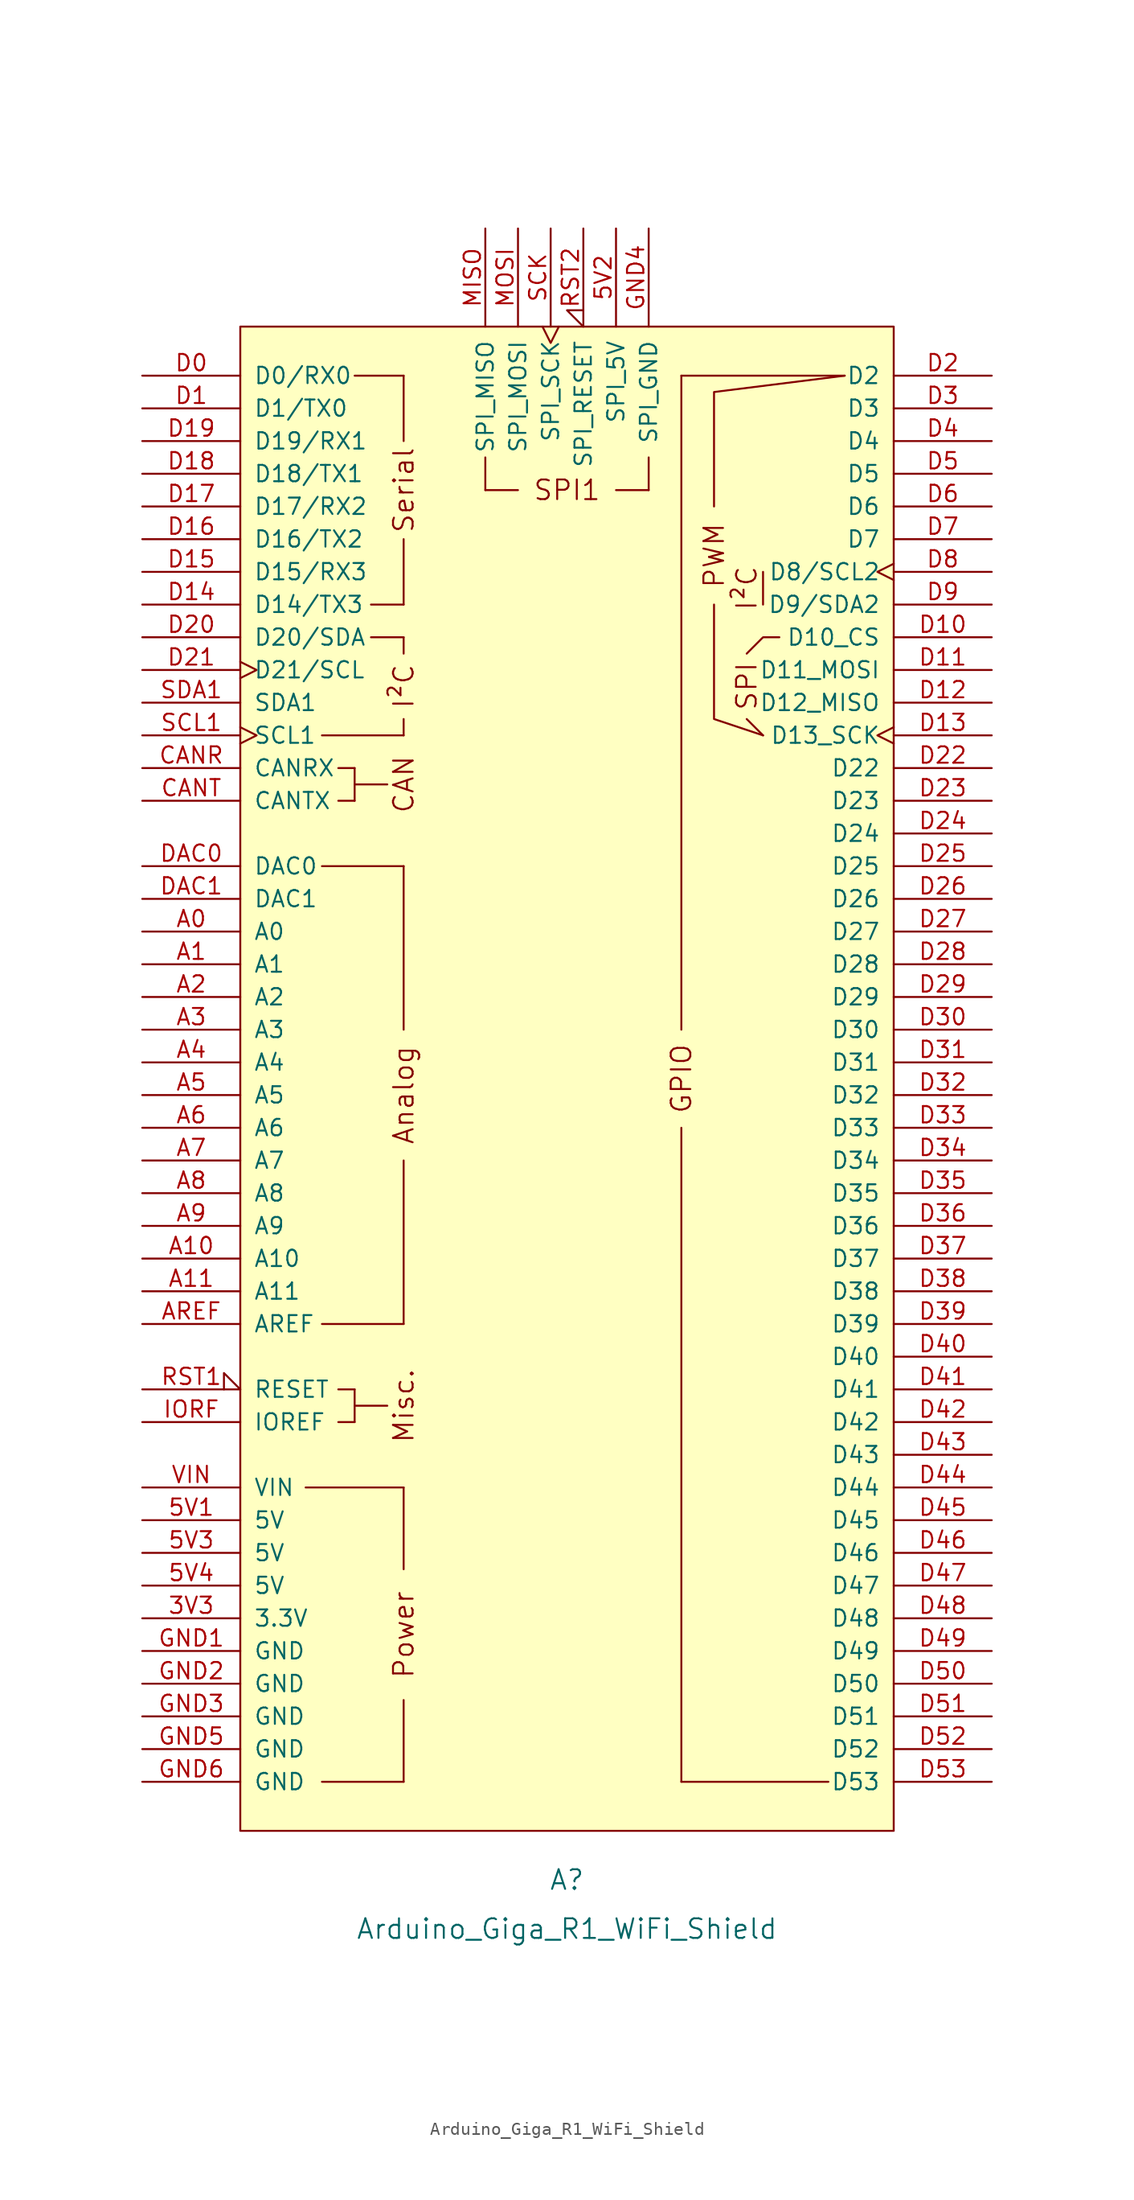
<source format=kicad_sym>
(kicad_symbol_lib
  (version 20220914)
  (generator kicad_symbol_editor)
  (symbol "Arduino_Giga_R1_WiFi_Shield"
    (pin_names
      (offset 1.016))
    (property "Reference" "A"
      (at 0 -62.23 0)
      (effects (font (size 1.524 1.524))))
    (property "Value" "Arduino_Giga_R1_WiFi_Shield"
      (at 0 -66.04 0)
      (effects (font (size 1.524 1.524))))
    (symbol "Arduino_Giga_R1_WiFi_Shield_0_0"
      (rectangle (start -25.4 -58.42) (end 25.4 58.42) (stroke (width 0) (type default)) (fill (type background)))
      (rectangle (start -20.32 -31.75) (end -12.7 -31.75) (stroke (width 0) (type default)) (fill (type none)))
      (rectangle (start -19.05 -54.61) (end -12.7 -54.61) (stroke (width 0) (type default)) (fill (type none)))
      (rectangle (start -19.05 -19.05) (end -12.7 -19.05) (stroke (width 0) (type default)) (fill (type none)))
      (rectangle (start -19.05 16.51) (end -12.7 16.51) (stroke (width 0) (type default)) (fill (type none)))
      (rectangle (start -19.05 26.67) (end -12.7 26.67) (stroke (width 0) (type default)) (fill (type none)))
      (rectangle (start -17.78 -26.67) (end -16.51 -26.67) (stroke (width 0) (type default)) (fill (type none)))
      (rectangle (start -17.78 -24.13) (end -16.51 -24.13) (stroke (width 0) (type default)) (fill (type none)))
      (rectangle (start -17.78 21.59) (end -16.51 21.59) (stroke (width 0) (type default)) (fill (type none)))
      (rectangle (start -17.78 24.13) (end -16.51 24.13) (stroke (width 0) (type default)) (fill (type none)))
      (rectangle (start -16.51 -25.4) (end -13.97 -25.4) (stroke (width 0) (type default)) (fill (type none)))
      (rectangle (start -16.51 -24.13) (end -16.51 -26.67) (stroke (width 0) (type default)) (fill (type none)))
      (rectangle (start -16.51 22.86) (end -13.97 22.86) (stroke (width 0) (type default)) (fill (type none)))
      (rectangle (start -16.51 24.13) (end -16.51 21.59) (stroke (width 0) (type default)) (fill (type none)))
      (rectangle (start -16.51 54.61) (end -12.7 54.61) (stroke (width 0) (type default)) (fill (type none)))
      (rectangle (start -15.24 34.29) (end -12.7 34.29) (stroke (width 0) (type default)) (fill (type none)))
      (rectangle (start -15.24 36.83) (end -12.7 36.83) (stroke (width 0) (type default)) (fill (type none)))
      (rectangle (start -12.7 -54.61) (end -12.7 -48.26) (stroke (width 0) (type default)) (fill (type none)))
      (rectangle (start -12.7 -31.75) (end -12.7 -38.1) (stroke (width 0) (type default)) (fill (type none)))
      (rectangle (start -12.7 -6.35) (end -12.7 -19.05) (stroke (width 0) (type default)) (fill (type none)))
      (rectangle (start -12.7 16.51) (end -12.7 3.81) (stroke (width 0) (type default)) (fill (type none)))
      (rectangle (start -12.7 26.67) (end -12.7 27.94) (stroke (width 0) (type default)) (fill (type none)))
      (rectangle (start -12.7 34.29) (end -12.7 33.02) (stroke (width 0) (type default)) (fill (type none)))
      (rectangle (start -12.7 41.91) (end -12.7 36.83) (stroke (width 0) (type default)) (fill (type none)))
      (rectangle (start -12.7 49.53) (end -12.7 54.61) (stroke (width 0) (type default)) (fill (type none)))
      (rectangle (start -6.35 45.72) (end -3.81 45.72) (stroke (width 0) (type default)) (fill (type none)))
      (rectangle (start -6.35 48.26) (end -6.35 45.72) (stroke (width 0) (type default)) (fill (type none)))
      (polyline (pts (xy 8.89 -54.61) (xy 20.32 -54.61)) (stroke (width 0) (type default)) (fill (type none)))
      (polyline (pts (xy 15.24 26.67) (xy 13.97 27.94)) (stroke (width 0) (type default)) (fill (type none)))
      (polyline (pts (xy 15.24 39.37) (xy 15.24 36.83)) (stroke (width 0) (type default)) (fill (type none)))
      (polyline (pts (xy 21.59 54.61) (xy 8.89 54.61)) (stroke (width 0) (type default)) (fill (type none)))
      (polyline (pts (xy 11.43 44.45) (xy 11.43 53.34) (xy 21.59 54.61)) (stroke (width 0) (type default)) (fill (type none)))
      (polyline (pts (xy 13.97 33.02) (xy 15.24 34.29) (xy 16.51 34.29)) (stroke (width 0) (type default)) (fill (type none)))
      (polyline (pts (xy 15.24 26.67) (xy 11.43 27.94) (xy 11.43 36.83)) (stroke (width 0) (type default)) (fill (type none)))
      (rectangle (start 3.81 45.72) (end 6.35 45.72) (stroke (width 0) (type default)) (fill (type none)))
      (rectangle (start 6.35 48.26) (end 6.35 45.72) (stroke (width 0) (type default)) (fill (type none)))
      (text "Analog" (at -12.7 -1.27 900) (effects (font (size 1.524 1.524))))
      (text "CAN" (at -12.7 22.86 900) (effects (font (size 1.524 1.524))))
      (text "I²C" (at -12.7 30.48 900) (effects (font (size 1.524 1.524))))
      (text "I²C" (at 13.97 38.1 900) (effects (font (size 1.524 1.524))))
      (text "Misc." (at -12.7 -25.4 900) (effects (font (size 1.524 1.524))))
      (text "Power" (at -12.7 -43.18 900) (effects (font (size 1.524 1.524))))
      (text "PWM" (at 11.43 40.64 900) (effects (font (size 1.524 1.524))))
      (text "Serial" (at -12.7 45.72 900) (effects (font (size 1.524 1.524))))
      (text "SPI" (at 13.97 30.48 900) (effects (font (size 1.524 1.524))))
      (text "SPI1" (at 0 45.72 0) (effects (font (size 1.524 1.524)))))
    (symbol "Arduino_Giga_R1_WiFi_Shield_1_0"
      (rectangle (start 8.89 -3.81) (end 8.89 -54.61) (stroke (width 0) (type default)) (fill (type none)))
      (rectangle (start 8.89 54.61) (end 8.89 3.81) (stroke (width 0) (type default)) (fill (type none)))
      (text "GPIO" (at 8.89 0 900) (effects (font (size 1.524 1.524)))))
    (symbol "Arduino_Giga_R1_WiFi_Shield_1_1"
      (pin power_out line (at -33.02 -41.91 0) (length 7.62) (name "3.3V" (effects (font (size 1.27 1.27)))) (number "3V3" (effects (font (size 1.27 1.27)))))
      (pin power_in line (at -33.02 -34.29 0) (length 7.62) (name "5V" (effects (font (size 1.27 1.27)))) (number "5V1" (effects (font (size 1.27 1.27)))))
      (pin power_in line (at 3.81 66.04 270) (length 7.62) (name "SPI_5V" (effects (font (size 1.27 1.27)))) (number "5V2" (effects (font (size 1.27 1.27)))))
      (pin power_in line (at -33.02 -36.83 0) (length 7.62) (name "5V" (effects (font (size 1.27 1.27)))) (number "5V3" (effects (font (size 1.27 1.27)))))
      (pin power_in line (at -33.02 -39.37 0) (length 7.62) (name "5V" (effects (font (size 1.27 1.27)))) (number "5V4" (effects (font (size 1.27 1.27)))))
      (pin bidirectional line (at -33.02 11.43 0) (length 7.62) (name "A0" (effects (font (size 1.27 1.27)))) (number "A0" (effects (font (size 1.27 1.27)))))
      (pin bidirectional line (at -33.02 8.89 0) (length 7.62) (name "A1" (effects (font (size 1.27 1.27)))) (number "A1" (effects (font (size 1.27 1.27)))))
      (pin input line (at -33.02 -13.97 0) (length 7.62) (name "A10" (effects (font (size 1.27 1.27)))) (number "A10" (effects (font (size 1.27 1.27)))))
      (pin input line (at -33.02 -16.51 0) (length 7.62) (name "A11" (effects (font (size 1.27 1.27)))) (number "A11" (effects (font (size 1.27 1.27)))))
      (pin bidirectional line (at -33.02 6.35 0) (length 7.62) (name "A2" (effects (font (size 1.27 1.27)))) (number "A2" (effects (font (size 1.27 1.27)))))
      (pin bidirectional line (at -33.02 3.81 0) (length 7.62) (name "A3" (effects (font (size 1.27 1.27)))) (number "A3" (effects (font (size 1.27 1.27)))))
      (pin bidirectional line (at -33.02 1.27 0) (length 7.62) (name "A4" (effects (font (size 1.27 1.27)))) (number "A4" (effects (font (size 1.27 1.27)))))
      (pin bidirectional line (at -33.02 -1.27 0) (length 7.62) (name "A5" (effects (font (size 1.27 1.27)))) (number "A5" (effects (font (size 1.27 1.27)))))
      (pin bidirectional line (at -33.02 -3.81 0) (length 7.62) (name "A6" (effects (font (size 1.27 1.27)))) (number "A6" (effects (font (size 1.27 1.27)))))
      (pin bidirectional line (at -33.02 -6.35 0) (length 7.62) (name "A7" (effects (font (size 1.27 1.27)))) (number "A7" (effects (font (size 1.27 1.27)))))
      (pin input line (at -33.02 -8.89 0) (length 7.62) (name "A8" (effects (font (size 1.27 1.27)))) (number "A8" (effects (font (size 1.27 1.27)))))
      (pin input line (at -33.02 -11.43 0) (length 7.62) (name "A9" (effects (font (size 1.27 1.27)))) (number "A9" (effects (font (size 1.27 1.27)))))
      (pin input line (at -33.02 -19.05 0) (length 7.62) (name "AREF" (effects (font (size 1.27 1.27)))) (number "AREF" (effects (font (size 1.27 1.27)))))
      (pin bidirectional line (at -33.02 24.13 0) (length 7.62) (name "CANRX" (effects (font (size 1.27 1.27)))) (number "CANR" (effects (font (size 1.27 1.27)))))
      (pin bidirectional line (at -33.02 21.59 0) (length 7.62) (name "CANTX" (effects (font (size 1.27 1.27)))) (number "CANT" (effects (font (size 1.27 1.27)))))
      (pin bidirectional line (at -33.02 54.61 0) (length 7.62) (name "D0/RX0" (effects (font (size 1.27 1.27)))) (number "D0" (effects (font (size 1.27 1.27)))))
      (pin bidirectional line (at -33.02 52.07 0) (length 7.62) (name "D1/TX0" (effects (font (size 1.27 1.27)))) (number "D1" (effects (font (size 1.27 1.27)))))
      (pin bidirectional line (at 33.02 34.29 180) (length 7.62) (name "D10_CS" (effects (font (size 1.27 1.27)))) (number "D10" (effects (font (size 1.27 1.27)))))
      (pin bidirectional line (at 33.02 31.75 180) (length 7.62) (name "D11_MOSI" (effects (font (size 1.27 1.27)))) (number "D11" (effects (font (size 1.27 1.27)))))
      (pin bidirectional line (at 33.02 29.21 180) (length 7.62) (name "D12_MISO" (effects (font (size 1.27 1.27)))) (number "D12" (effects (font (size 1.27 1.27)))))
      (pin bidirectional clock (at 33.02 26.67 180) (length 7.62) (name "D13_SCK" (effects (font (size 1.27 1.27)))) (number "D13" (effects (font (size 1.27 1.27)))))
      (pin bidirectional line (at -33.02 36.83 0) (length 7.62) (name "D14/TX3" (effects (font (size 1.27 1.27)))) (number "D14" (effects (font (size 1.27 1.27)))))
      (pin bidirectional line (at -33.02 39.37 0) (length 7.62) (name "D15/RX3" (effects (font (size 1.27 1.27)))) (number "D15" (effects (font (size 1.27 1.27)))))
      (pin bidirectional line (at -33.02 41.91 0) (length 7.62) (name "D16/TX2" (effects (font (size 1.27 1.27)))) (number "D16" (effects (font (size 1.27 1.27)))))
      (pin bidirectional line (at -33.02 44.45 0) (length 7.62) (name "D17/RX2" (effects (font (size 1.27 1.27)))) (number "D17" (effects (font (size 1.27 1.27)))))
      (pin bidirectional line (at -33.02 46.99 0) (length 7.62) (name "D18/TX1" (effects (font (size 1.27 1.27)))) (number "D18" (effects (font (size 1.27 1.27)))))
      (pin bidirectional line (at -33.02 49.53 0) (length 7.62) (name "D19/RX1" (effects (font (size 1.27 1.27)))) (number "D19" (effects (font (size 1.27 1.27)))))
      (pin bidirectional line (at 33.02 54.61 180) (length 7.62) (name "D2" (effects (font (size 1.27 1.27)))) (number "D2" (effects (font (size 1.27 1.27)))))
      (pin bidirectional line (at -33.02 34.29 0) (length 7.62) (name "D20/SDA" (effects (font (size 1.27 1.27)))) (number "D20" (effects (font (size 1.27 1.27)))))
      (pin bidirectional clock (at -33.02 31.75 0) (length 7.62) (name "D21/SCL" (effects (font (size 1.27 1.27)))) (number "D21" (effects (font (size 1.27 1.27)))))
      (pin bidirectional line (at 33.02 24.13 180) (length 7.62) (name "D22" (effects (font (size 1.27 1.27)))) (number "D22" (effects (font (size 1.27 1.27)))))
      (pin bidirectional line (at 33.02 21.59 180) (length 7.62) (name "D23" (effects (font (size 1.27 1.27)))) (number "D23" (effects (font (size 1.27 1.27)))))
      (pin bidirectional line (at 33.02 19.05 180) (length 7.62) (name "D24" (effects (font (size 1.27 1.27)))) (number "D24" (effects (font (size 1.27 1.27)))))
      (pin bidirectional line (at 33.02 16.51 180) (length 7.62) (name "D25" (effects (font (size 1.27 1.27)))) (number "D25" (effects (font (size 1.27 1.27)))))
      (pin bidirectional line (at 33.02 13.97 180) (length 7.62) (name "D26" (effects (font (size 1.27 1.27)))) (number "D26" (effects (font (size 1.27 1.27)))))
      (pin bidirectional line (at 33.02 11.43 180) (length 7.62) (name "D27" (effects (font (size 1.27 1.27)))) (number "D27" (effects (font (size 1.27 1.27)))))
      (pin bidirectional line (at 33.02 8.89 180) (length 7.62) (name "D28" (effects (font (size 1.27 1.27)))) (number "D28" (effects (font (size 1.27 1.27)))))
      (pin bidirectional line (at 33.02 6.35 180) (length 7.62) (name "D29" (effects (font (size 1.27 1.27)))) (number "D29" (effects (font (size 1.27 1.27)))))
      (pin bidirectional line (at 33.02 52.07 180) (length 7.62) (name "D3" (effects (font (size 1.27 1.27)))) (number "D3" (effects (font (size 1.27 1.27)))))
      (pin bidirectional line (at 33.02 3.81 180) (length 7.62) (name "D30" (effects (font (size 1.27 1.27)))) (number "D30" (effects (font (size 1.27 1.27)))))
      (pin bidirectional line (at 33.02 1.27 180) (length 7.62) (name "D31" (effects (font (size 1.27 1.27)))) (number "D31" (effects (font (size 1.27 1.27)))))
      (pin bidirectional line (at 33.02 -1.27 180) (length 7.62) (name "D32" (effects (font (size 1.27 1.27)))) (number "D32" (effects (font (size 1.27 1.27)))))
      (pin bidirectional line (at 33.02 -3.81 180) (length 7.62) (name "D33" (effects (font (size 1.27 1.27)))) (number "D33" (effects (font (size 1.27 1.27)))))
      (pin bidirectional line (at 33.02 -6.35 180) (length 7.62) (name "D34" (effects (font (size 1.27 1.27)))) (number "D34" (effects (font (size 1.27 1.27)))))
      (pin bidirectional line (at 33.02 -8.89 180) (length 7.62) (name "D35" (effects (font (size 1.27 1.27)))) (number "D35" (effects (font (size 1.27 1.27)))))
      (pin bidirectional line (at 33.02 -11.43 180) (length 7.62) (name "D36" (effects (font (size 1.27 1.27)))) (number "D36" (effects (font (size 1.27 1.27)))))
      (pin bidirectional line (at 33.02 -13.97 180) (length 7.62) (name "D37" (effects (font (size 1.27 1.27)))) (number "D37" (effects (font (size 1.27 1.27)))))
      (pin bidirectional line (at 33.02 -16.51 180) (length 7.62) (name "D38" (effects (font (size 1.27 1.27)))) (number "D38" (effects (font (size 1.27 1.27)))))
      (pin bidirectional line (at 33.02 -19.05 180) (length 7.62) (name "D39" (effects (font (size 1.27 1.27)))) (number "D39" (effects (font (size 1.27 1.27)))))
      (pin bidirectional line (at 33.02 49.53 180) (length 7.62) (name "D4" (effects (font (size 1.27 1.27)))) (number "D4" (effects (font (size 1.27 1.27)))))
      (pin bidirectional line (at 33.02 -21.59 180) (length 7.62) (name "D40" (effects (font (size 1.27 1.27)))) (number "D40" (effects (font (size 1.27 1.27)))))
      (pin bidirectional line (at 33.02 -24.13 180) (length 7.62) (name "D41" (effects (font (size 1.27 1.27)))) (number "D41" (effects (font (size 1.27 1.27)))))
      (pin bidirectional line (at 33.02 -26.67 180) (length 7.62) (name "D42" (effects (font (size 1.27 1.27)))) (number "D42" (effects (font (size 1.27 1.27)))))
      (pin bidirectional line (at 33.02 -29.21 180) (length 7.62) (name "D43" (effects (font (size 1.27 1.27)))) (number "D43" (effects (font (size 1.27 1.27)))))
      (pin bidirectional line (at 33.02 -31.75 180) (length 7.62) (name "D44" (effects (font (size 1.27 1.27)))) (number "D44" (effects (font (size 1.27 1.27)))))
      (pin bidirectional line (at 33.02 -34.29 180) (length 7.62) (name "D45" (effects (font (size 1.27 1.27)))) (number "D45" (effects (font (size 1.27 1.27)))))
      (pin bidirectional line (at 33.02 -36.83 180) (length 7.62) (name "D46" (effects (font (size 1.27 1.27)))) (number "D46" (effects (font (size 1.27 1.27)))))
      (pin bidirectional line (at 33.02 -39.37 180) (length 7.62) (name "D47" (effects (font (size 1.27 1.27)))) (number "D47" (effects (font (size 1.27 1.27)))))
      (pin bidirectional line (at 33.02 -41.91 180) (length 7.62) (name "D48" (effects (font (size 1.27 1.27)))) (number "D48" (effects (font (size 1.27 1.27)))))
      (pin bidirectional line (at 33.02 -44.45 180) (length 7.62) (name "D49" (effects (font (size 1.27 1.27)))) (number "D49" (effects (font (size 1.27 1.27)))))
      (pin bidirectional line (at 33.02 46.99 180) (length 7.62) (name "D5" (effects (font (size 1.27 1.27)))) (number "D5" (effects (font (size 1.27 1.27)))))
      (pin bidirectional line (at 33.02 -46.99 180) (length 7.62) (name "D50" (effects (font (size 1.27 1.27)))) (number "D50" (effects (font (size 1.27 1.27)))))
      (pin bidirectional line (at 33.02 -49.53 180) (length 7.62) (name "D51" (effects (font (size 1.27 1.27)))) (number "D51" (effects (font (size 1.27 1.27)))))
      (pin bidirectional line (at 33.02 -52.07 180) (length 7.62) (name "D52" (effects (font (size 1.27 1.27)))) (number "D52" (effects (font (size 1.27 1.27)))))
      (pin bidirectional line (at 33.02 -54.61 180) (length 7.62) (name "D53" (effects (font (size 1.27 1.27)))) (number "D53" (effects (font (size 1.27 1.27)))))
      (pin bidirectional line (at 33.02 44.45 180) (length 7.62) (name "D6" (effects (font (size 1.27 1.27)))) (number "D6" (effects (font (size 1.27 1.27)))))
      (pin bidirectional line (at 33.02 41.91 180) (length 7.62) (name "D7" (effects (font (size 1.27 1.27)))) (number "D7" (effects (font (size 1.27 1.27)))))
      (pin bidirectional clock (at 33.02 39.37 180) (length 7.62) (name "D8/SCL2" (effects (font (size 1.27 1.27)))) (number "D8" (effects (font (size 1.27 1.27)))))
      (pin bidirectional line (at 33.02 36.83 180) (length 7.62) (name "D9/SDA2" (effects (font (size 1.27 1.27)))) (number "D9" (effects (font (size 1.27 1.27)))))
      (pin bidirectional line (at -33.02 16.51 0) (length 7.62) (name "DAC0" (effects (font (size 1.27 1.27)))) (number "DAC0" (effects (font (size 1.27 1.27)))))
      (pin bidirectional line (at -33.02 13.97 0) (length 7.62) (name "DAC1" (effects (font (size 1.27 1.27)))) (number "DAC1" (effects (font (size 1.27 1.27)))))
      (pin power_in line (at -33.02 -44.45 0) (length 7.62) (name "GND" (effects (font (size 1.27 1.27)))) (number "GND1" (effects (font (size 1.27 1.27)))))
      (pin power_in line (at -33.02 -46.99 0) (length 7.62) (name "GND" (effects (font (size 1.27 1.27)))) (number "GND2" (effects (font (size 1.27 1.27)))))
      (pin power_in line (at -33.02 -49.53 0) (length 7.62) (name "GND" (effects (font (size 1.27 1.27)))) (number "GND3" (effects (font (size 1.27 1.27)))))
      (pin power_in line (at 6.35 66.04 270) (length 7.62) (name "SPI_GND" (effects (font (size 1.27 1.27)))) (number "GND4" (effects (font (size 1.27 1.27)))))
      (pin power_in line (at -33.02 -52.07 0) (length 7.62) (name "GND" (effects (font (size 1.27 1.27)))) (number "GND5" (effects (font (size 1.27 1.27)))))
      (pin power_in line (at -33.02 -54.61 0) (length 7.62) (name "GND" (effects (font (size 1.27 1.27)))) (number "GND6" (effects (font (size 1.27 1.27)))))
      (pin output line (at -33.02 -26.67 0) (length 7.62) (name "IOREF" (effects (font (size 1.27 1.27)))) (number "IORF" (effects (font (size 1.27 1.27)))))
      (pin input line (at -6.35 66.04 270) (length 7.62) (name "SPI_MISO" (effects (font (size 1.27 1.27)))) (number "MISO" (effects (font (size 1.27 1.27)))))
      (pin output line (at -3.81 66.04 270) (length 7.62) (name "SPI_MOSI" (effects (font (size 1.27 1.27)))) (number "MOSI" (effects (font (size 1.27 1.27)))))
      (pin open_collector input_low (at -33.02 -24.13 0) (length 7.62) (name "RESET" (effects (font (size 1.27 1.27)))) (number "RST1" (effects (font (size 1.27 1.27)))))
      (pin open_collector input_low (at 1.27 66.04 270) (length 7.62) (name "SPI_RESET" (effects (font (size 1.27 1.27)))) (number "RST2" (effects (font (size 1.27 1.27)))))
      (pin output clock (at -1.27 66.04 270) (length 7.62) (name "SPI_SCK" (effects (font (size 1.27 1.27)))) (number "SCK" (effects (font (size 1.27 1.27)))))
      (pin bidirectional clock (at -33.02 26.67 0) (length 7.62) (name "SCL1" (effects (font (size 1.27 1.27)))) (number "SCL1" (effects (font (size 1.27 1.27)))))
      (pin bidirectional line (at -33.02 29.21 0) (length 7.62) (name "SDA1" (effects (font (size 1.27 1.27)))) (number "SDA1" (effects (font (size 1.27 1.27)))))
      (pin power_in line (at -33.02 -31.75 0) (length 7.62) (name "VIN" (effects (font (size 1.27 1.27)))) (number "VIN" (effects (font (size 1.27 1.27))))))))
</source>
